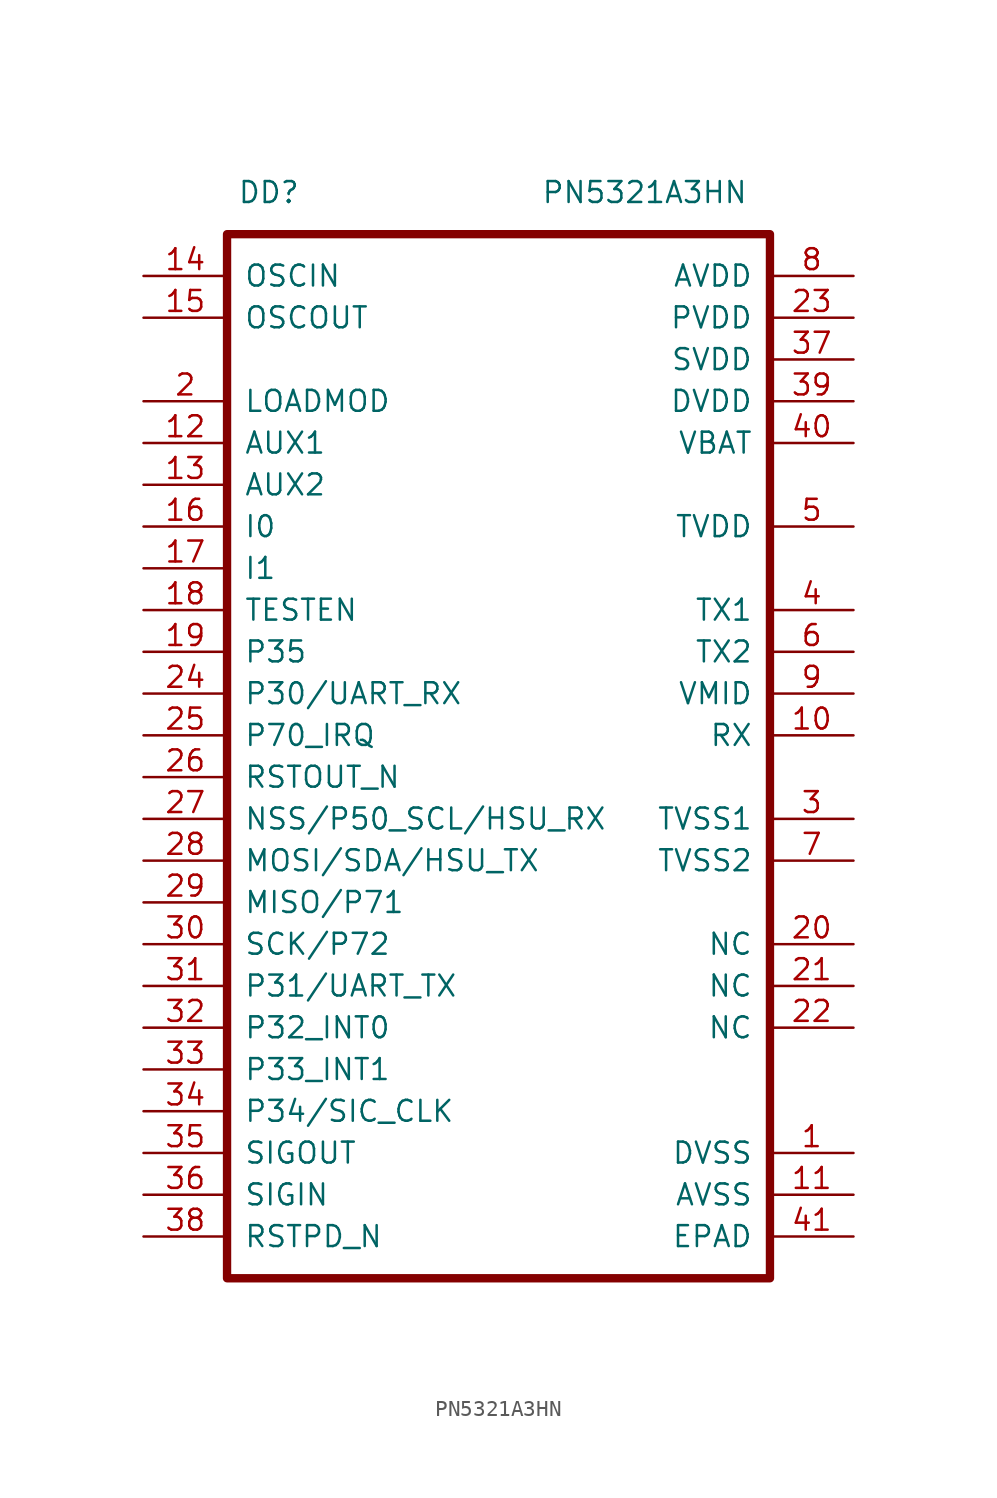
<source format=kicad_sym>
(kicad_symbol_lib
  (version 20211014)
  (generator kicad_symbol_editor)
  (symbol "PN5321A3HN"
    (pin_names
      (offset 1.016))
    (property "Reference" "DD"
      (at 7.62 5.08 0)
      (effects (font (size 1.27 1.27))))
    (property "Value" "PN5321A3HN"
      (at 30.48 5.08 0)
      (effects (font (size 1.27 1.27))))
    (symbol "PN5321A3HN_0_1"
      (rectangle (start 5.08 2.54) (end 38.1 -60.96) (stroke (width 0.508) (type default) (color 0 0 0 0)) (fill (type none))))
    (symbol "PN5321A3HN_1_1"
      (pin power_in line (at 43.18 -53.34 180) (length 5.08) (name "DVSS" (effects (font (size 1.27 1.27)))) (number "1" (effects (font (size 1.27 1.27)))))
      (pin input line (at 43.18 -27.94 180) (length 5.08) (name "RX" (effects (font (size 1.27 1.27)))) (number "10" (effects (font (size 1.27 1.27)))))
      (pin power_in line (at 43.18 -55.88 180) (length 5.08) (name "AVSS" (effects (font (size 1.27 1.27)))) (number "11" (effects (font (size 1.27 1.27)))))
      (pin output line (at 0 -10.16 0) (length 5.08) (name "AUX1" (effects (font (size 1.27 1.27)))) (number "12" (effects (font (size 1.27 1.27)))))
      (pin output line (at 0 -12.7 0) (length 5.08) (name "AUX2" (effects (font (size 1.27 1.27)))) (number "13" (effects (font (size 1.27 1.27)))))
      (pin input line (at 0 0 0) (length 5.08) (name "OSCIN" (effects (font (size 1.27 1.27)))) (number "14" (effects (font (size 1.27 1.27)))))
      (pin output line (at 0 -2.54 0) (length 5.08) (name "OSCOUT" (effects (font (size 1.27 1.27)))) (number "15" (effects (font (size 1.27 1.27)))))
      (pin input line (at 0 -15.24 0) (length 5.08) (name "I0" (effects (font (size 1.27 1.27)))) (number "16" (effects (font (size 1.27 1.27)))))
      (pin input line (at 0 -17.78 0) (length 5.08) (name "I1" (effects (font (size 1.27 1.27)))) (number "17" (effects (font (size 1.27 1.27)))))
      (pin input line (at 0 -20.32 0) (length 5.08) (name "TESTEN" (effects (font (size 1.27 1.27)))) (number "18" (effects (font (size 1.27 1.27)))))
      (pin bidirectional line (at 0 -22.86 0) (length 5.08) (name "P35" (effects (font (size 1.27 1.27)))) (number "19" (effects (font (size 1.27 1.27)))))
      (pin output line (at 0 -7.62 0) (length 5.08) (name "LOADMOD" (effects (font (size 1.27 1.27)))) (number "2" (effects (font (size 1.27 1.27)))))
      (pin unspecified line (at 43.18 -40.64 180) (length 5.08) (name "NC" (effects (font (size 1.27 1.27)))) (number "20" (effects (font (size 1.27 1.27)))))
      (pin unspecified line (at 43.18 -43.18 180) (length 5.08) (name "NC" (effects (font (size 1.27 1.27)))) (number "21" (effects (font (size 1.27 1.27)))))
      (pin unspecified line (at 43.18 -45.72 180) (length 5.08) (name "NC" (effects (font (size 1.27 1.27)))) (number "22" (effects (font (size 1.27 1.27)))))
      (pin power_in line (at 43.18 -2.54 180) (length 5.08) (name "PVDD" (effects (font (size 1.27 1.27)))) (number "23" (effects (font (size 1.27 1.27)))))
      (pin bidirectional line (at 0 -25.4 0) (length 5.08) (name "P30/UART_RX" (effects (font (size 1.27 1.27)))) (number "24" (effects (font (size 1.27 1.27)))))
      (pin bidirectional line (at 0 -27.94 0) (length 5.08) (name "P70_IRQ" (effects (font (size 1.27 1.27)))) (number "25" (effects (font (size 1.27 1.27)))))
      (pin output line (at 0 -30.48 0) (length 5.08) (name "RSTOUT_N" (effects (font (size 1.27 1.27)))) (number "26" (effects (font (size 1.27 1.27)))))
      (pin bidirectional line (at 0 -33.02 0) (length 5.08) (name "NSS/P50_SCL/HSU_RX" (effects (font (size 1.27 1.27)))) (number "27" (effects (font (size 1.27 1.27)))))
      (pin bidirectional line (at 0 -35.56 0) (length 5.08) (name "MOSI/SDA/HSU_TX" (effects (font (size 1.27 1.27)))) (number "28" (effects (font (size 1.27 1.27)))))
      (pin bidirectional line (at 0 -38.1 0) (length 5.08) (name "MISO/P71" (effects (font (size 1.27 1.27)))) (number "29" (effects (font (size 1.27 1.27)))))
      (pin power_in line (at 43.18 -33.02 180) (length 5.08) (name "TVSS1" (effects (font (size 1.27 1.27)))) (number "3" (effects (font (size 1.27 1.27)))))
      (pin bidirectional line (at 0 -40.64 0) (length 5.08) (name "SCK/P72" (effects (font (size 1.27 1.27)))) (number "30" (effects (font (size 1.27 1.27)))))
      (pin bidirectional line (at 0 -43.18 0) (length 5.08) (name "P31/UART_TX" (effects (font (size 1.27 1.27)))) (number "31" (effects (font (size 1.27 1.27)))))
      (pin bidirectional line (at 0 -45.72 0) (length 5.08) (name "P32_INT0" (effects (font (size 1.27 1.27)))) (number "32" (effects (font (size 1.27 1.27)))))
      (pin bidirectional line (at 0 -48.26 0) (length 5.08) (name "P33_INT1" (effects (font (size 1.27 1.27)))) (number "33" (effects (font (size 1.27 1.27)))))
      (pin bidirectional line (at 0 -50.8 0) (length 5.08) (name "P34/SIC_CLK" (effects (font (size 1.27 1.27)))) (number "34" (effects (font (size 1.27 1.27)))))
      (pin output line (at 0 -53.34 0) (length 5.08) (name "SIGOUT" (effects (font (size 1.27 1.27)))) (number "35" (effects (font (size 1.27 1.27)))))
      (pin input line (at 0 -55.88 0) (length 5.08) (name "SIGIN" (effects (font (size 1.27 1.27)))) (number "36" (effects (font (size 1.27 1.27)))))
      (pin power_out line (at 43.18 -5.08 180) (length 5.08) (name "SVDD" (effects (font (size 1.27 1.27)))) (number "37" (effects (font (size 1.27 1.27)))))
      (pin input line (at 0 -58.42 0) (length 5.08) (name "RSTPD_N" (effects (font (size 1.27 1.27)))) (number "38" (effects (font (size 1.27 1.27)))))
      (pin power_out line (at 43.18 -7.62 180) (length 5.08) (name "DVDD" (effects (font (size 1.27 1.27)))) (number "39" (effects (font (size 1.27 1.27)))))
      (pin output line (at 43.18 -20.32 180) (length 5.08) (name "TX1" (effects (font (size 1.27 1.27)))) (number "4" (effects (font (size 1.27 1.27)))))
      (pin power_in line (at 43.18 -10.16 180) (length 5.08) (name "VBAT" (effects (font (size 1.27 1.27)))) (number "40" (effects (font (size 1.27 1.27)))))
      (pin power_in line (at 43.18 -58.42 180) (length 5.08) (name "EPAD" (effects (font (size 1.27 1.27)))) (number "41" (effects (font (size 1.27 1.27)))))
      (pin power_in line (at 43.18 -15.24 180) (length 5.08) (name "TVDD" (effects (font (size 1.27 1.27)))) (number "5" (effects (font (size 1.27 1.27)))))
      (pin output line (at 43.18 -22.86 180) (length 5.08) (name "TX2" (effects (font (size 1.27 1.27)))) (number "6" (effects (font (size 1.27 1.27)))))
      (pin power_in line (at 43.18 -35.56 180) (length 5.08) (name "TVSS2" (effects (font (size 1.27 1.27)))) (number "7" (effects (font (size 1.27 1.27)))))
      (pin power_in line (at 43.18 0 180) (length 5.08) (name "AVDD" (effects (font (size 1.27 1.27)))) (number "8" (effects (font (size 1.27 1.27)))))
      (pin output line (at 43.18 -25.4 180) (length 5.08) (name "VMID" (effects (font (size 1.27 1.27)))) (number "9" (effects (font (size 1.27 1.27))))))))
</source>
